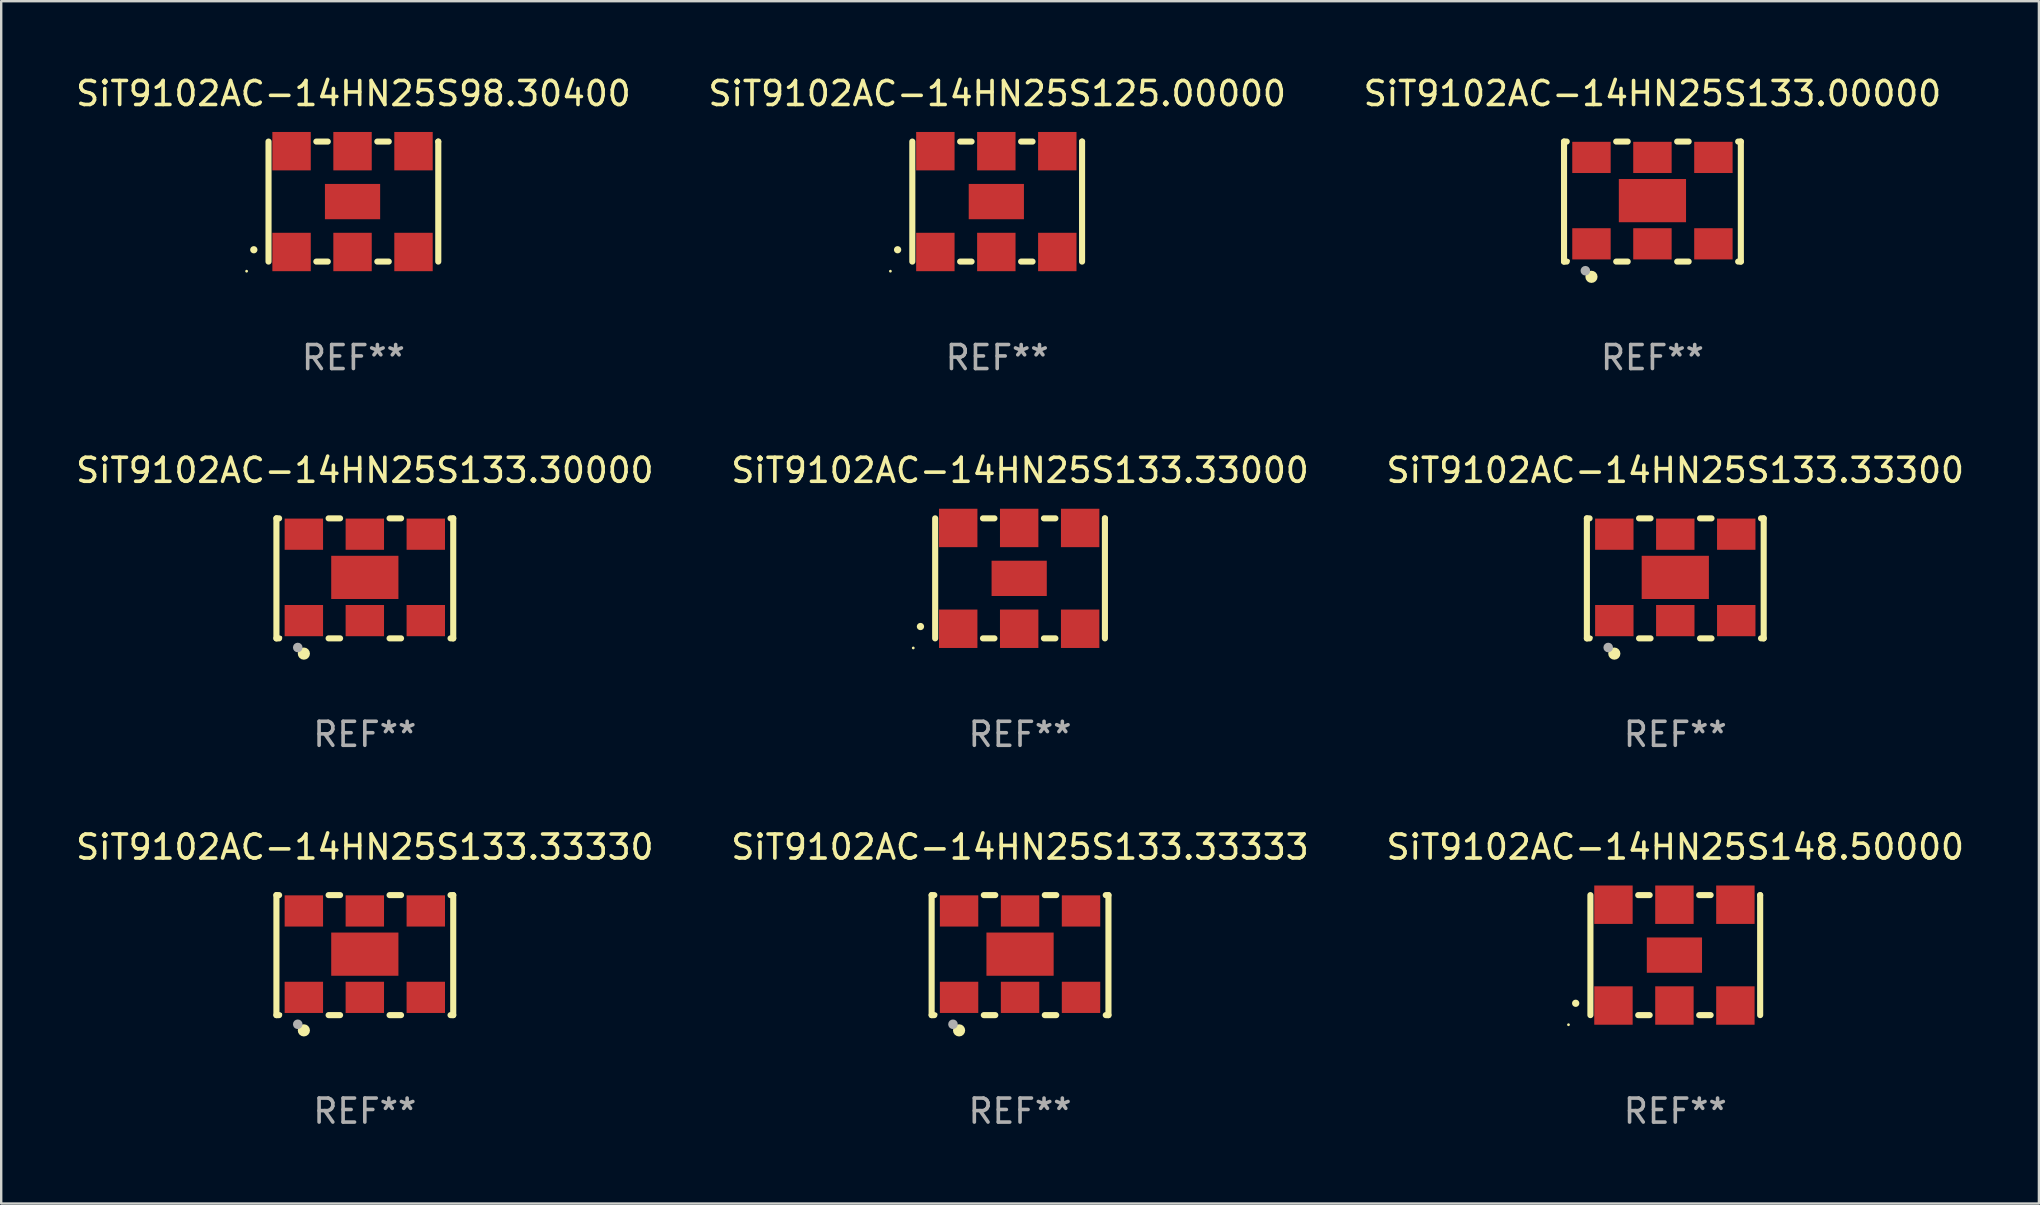
<source format=kicad_pcb>
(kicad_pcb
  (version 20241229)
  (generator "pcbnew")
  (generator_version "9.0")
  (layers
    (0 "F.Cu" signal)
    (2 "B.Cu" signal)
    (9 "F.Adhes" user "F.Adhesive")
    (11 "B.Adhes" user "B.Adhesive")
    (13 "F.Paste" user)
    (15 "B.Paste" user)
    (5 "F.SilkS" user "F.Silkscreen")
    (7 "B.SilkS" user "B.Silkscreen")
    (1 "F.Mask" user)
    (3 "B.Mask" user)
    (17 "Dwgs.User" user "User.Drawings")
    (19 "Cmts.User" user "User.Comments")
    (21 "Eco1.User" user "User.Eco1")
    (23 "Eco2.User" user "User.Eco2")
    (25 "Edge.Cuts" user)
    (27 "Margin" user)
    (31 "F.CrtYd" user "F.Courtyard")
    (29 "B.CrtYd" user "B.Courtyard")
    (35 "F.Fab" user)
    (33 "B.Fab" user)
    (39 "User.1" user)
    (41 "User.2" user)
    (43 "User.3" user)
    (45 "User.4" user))
  (footprint "SiT9102AC-14HN25S133.33330"
    (layer "F.Cu")
    (at 12.149 36.741)
    (property "Reference" "SiT9102AC-14HN25S133.33330" (at 0 -4.5 0) (layer "F.SilkS") (effects (font (size 1 1) (thickness 0.15))))
    (attr through_hole)
    (fp_line (start -3.683 -2.5) (end -3.571 -2.5) (stroke (width 0.254) (type solid)) (layer "F.SilkS"))
    (fp_line (start -3.683 2.5) (end -3.683 -2.5) (stroke (width 0.254) (type solid)) (layer "F.SilkS"))
    (fp_line (start -3.683 2.5) (end -3.571 2.5) (stroke (width 0.254) (type solid)) (layer "F.SilkS"))
    (fp_line (start -1.509 -2.5) (end -1.031 -2.5) (stroke (width 0.254) (type solid)) (layer "F.SilkS"))
    (fp_line (start -1.509 2.5) (end -1.031 2.5) (stroke (width 0.254) (type solid)) (layer "F.SilkS"))
    (fp_line (start 1.031 -2.5) (end 1.509 -2.5) (stroke (width 0.254) (type solid)) (layer "F.SilkS"))
    (fp_line (start 1.031 2.5) (end 1.509 2.5) (stroke (width 0.254) (type solid)) (layer "F.SilkS"))
    (fp_line (start 3.571 -2.5) (end 3.683 -2.5) (stroke (width 0.254) (type solid)) (layer "F.SilkS"))
    (fp_line (start 3.571 2.5) (end 3.683 2.5) (stroke (width 0.254) (type solid)) (layer "F.SilkS"))
    (fp_line (start 3.683 2.5) (end 3.683 -2.5) (stroke (width 0.254) (type solid)) (layer "F.SilkS"))
    (fp_circle (center -3.5 2.46) (end -3.47 2.46) (stroke (width 0.06) (type solid)) (fill no) (layer "F.SilkS"))
    (fp_circle (center -2.54 3.135) (end -2.413 3.135) (stroke (width 0.254) (type solid)) (fill no) (layer "F.SilkS"))
    (fp_circle (center -2.794 2.881) (end -2.694 2.881) (stroke (width 0.2) (type solid)) (fill no) (layer "F.Fab"))
    (fp_text user "REF**" (at 0 6.5 0) (layer "F.Fab") (effects (font (size 1 1) (thickness 0.15))))
    (pad "1" smd rect (at -2.54 1.76) (size 1.6 1.3) (layers "F.Cu" "F.Mask" "F.Paste"))
    (pad "2" smd rect (at 0 1.76) (size 1.6 1.3) (layers "F.Cu" "F.Mask" "F.Paste"))
    (pad "3" smd rect (at 2.54 1.76) (size 1.6 1.3) (layers "F.Cu" "F.Mask" "F.Paste"))
    (pad "4" smd rect (at 2.54 -1.84) (size 1.6 1.3) (layers "F.Cu" "F.Mask" "F.Paste"))
    (pad "5" smd rect (at 0 -1.84) (size 1.6 1.3) (layers "F.Cu" "F.Mask" "F.Paste"))
    (pad "6" smd rect (at -2.54 -1.84) (size 1.6 1.3) (layers "F.Cu" "F.Mask" "F.Paste"))
    (pad "7" smd rect (at 0 -0.04) (size 2.8 1.8) (layers "F.Cu" "F.Mask" "F.Paste")))
  (footprint "SiT9102AC-14HN25S133.30000"
    (layer "F.Cu")
    (at 12.149 21.045)
    (property "Reference" "SiT9102AC-14HN25S133.30000" (at 0 -4.5 0) (layer "F.SilkS") (effects (font (size 1 1) (thickness 0.15))))
    (attr through_hole)
    (fp_line (start -3.683 -2.5) (end -3.571 -2.5) (stroke (width 0.254) (type solid)) (layer "F.SilkS"))
    (fp_line (start -3.683 2.5) (end -3.683 -2.5) (stroke (width 0.254) (type solid)) (layer "F.SilkS"))
    (fp_line (start -3.683 2.5) (end -3.571 2.5) (stroke (width 0.254) (type solid)) (layer "F.SilkS"))
    (fp_line (start -1.509 -2.5) (end -1.031 -2.5) (stroke (width 0.254) (type solid)) (layer "F.SilkS"))
    (fp_line (start -1.509 2.5) (end -1.031 2.5) (stroke (width 0.254) (type solid)) (layer "F.SilkS"))
    (fp_line (start 1.031 -2.5) (end 1.509 -2.5) (stroke (width 0.254) (type solid)) (layer "F.SilkS"))
    (fp_line (start 1.031 2.5) (end 1.509 2.5) (stroke (width 0.254) (type solid)) (layer "F.SilkS"))
    (fp_line (start 3.571 -2.5) (end 3.683 -2.5) (stroke (width 0.254) (type solid)) (layer "F.SilkS"))
    (fp_line (start 3.571 2.5) (end 3.683 2.5) (stroke (width 0.254) (type solid)) (layer "F.SilkS"))
    (fp_line (start 3.683 2.5) (end 3.683 -2.5) (stroke (width 0.254) (type solid)) (layer "F.SilkS"))
    (fp_circle (center -3.5 2.46) (end -3.47 2.46) (stroke (width 0.06) (type solid)) (fill no) (layer "F.SilkS"))
    (fp_circle (center -2.54 3.135) (end -2.413 3.135) (stroke (width 0.254) (type solid)) (fill no) (layer "F.SilkS"))
    (fp_circle (center -2.794 2.881) (end -2.694 2.881) (stroke (width 0.2) (type solid)) (fill no) (layer "F.Fab"))
    (fp_text user "REF**" (at 0 6.5 0) (layer "F.Fab") (effects (font (size 1 1) (thickness 0.15))))
    (pad "1" smd rect (at -2.54 1.76) (size 1.6 1.3) (layers "F.Cu" "F.Mask" "F.Paste"))
    (pad "2" smd rect (at 0 1.76) (size 1.6 1.3) (layers "F.Cu" "F.Mask" "F.Paste"))
    (pad "3" smd rect (at 2.54 1.76) (size 1.6 1.3) (layers "F.Cu" "F.Mask" "F.Paste"))
    (pad "4" smd rect (at 2.54 -1.84) (size 1.6 1.3) (layers "F.Cu" "F.Mask" "F.Paste"))
    (pad "5" smd rect (at 0 -1.84) (size 1.6 1.3) (layers "F.Cu" "F.Mask" "F.Paste"))
    (pad "6" smd rect (at -2.54 -1.84) (size 1.6 1.3) (layers "F.Cu" "F.Mask" "F.Paste"))
    (pad "7" smd rect (at 0 -0.04) (size 2.8 1.8) (layers "F.Cu" "F.Mask" "F.Paste")))
  (footprint "SiT9102AC-14HN25S133.00000"
    (layer "F.Cu")
    (at 65.792 5.348)
    (property "Reference" "SiT9102AC-14HN25S133.00000" (at 0 -4.5 0) (layer "F.SilkS") (effects (font (size 1 1) (thickness 0.15))))
    (attr through_hole)
    (fp_line (start -3.683 -2.5) (end -3.571 -2.5) (stroke (width 0.254) (type solid)) (layer "F.SilkS"))
    (fp_line (start -3.683 2.5) (end -3.683 -2.5) (stroke (width 0.254) (type solid)) (layer "F.SilkS"))
    (fp_line (start -3.683 2.5) (end -3.571 2.5) (stroke (width 0.254) (type solid)) (layer "F.SilkS"))
    (fp_line (start -1.509 -2.5) (end -1.031 -2.5) (stroke (width 0.254) (type solid)) (layer "F.SilkS"))
    (fp_line (start -1.509 2.5) (end -1.031 2.5) (stroke (width 0.254) (type solid)) (layer "F.SilkS"))
    (fp_line (start 1.031 -2.5) (end 1.509 -2.5) (stroke (width 0.254) (type solid)) (layer "F.SilkS"))
    (fp_line (start 1.031 2.5) (end 1.509 2.5) (stroke (width 0.254) (type solid)) (layer "F.SilkS"))
    (fp_line (start 3.571 -2.5) (end 3.683 -2.5) (stroke (width 0.254) (type solid)) (layer "F.SilkS"))
    (fp_line (start 3.571 2.5) (end 3.683 2.5) (stroke (width 0.254) (type solid)) (layer "F.SilkS"))
    (fp_line (start 3.683 2.5) (end 3.683 -2.5) (stroke (width 0.254) (type solid)) (layer "F.SilkS"))
    (fp_circle (center -3.5 2.46) (end -3.47 2.46) (stroke (width 0.06) (type solid)) (fill no) (layer "F.SilkS"))
    (fp_circle (center -2.54 3.135) (end -2.413 3.135) (stroke (width 0.254) (type solid)) (fill no) (layer "F.SilkS"))
    (fp_circle (center -2.794 2.881) (end -2.694 2.881) (stroke (width 0.2) (type solid)) (fill no) (layer "F.Fab"))
    (fp_text user "REF**" (at 0 6.5 0) (layer "F.Fab") (effects (font (size 1 1) (thickness 0.15))))
    (pad "1" smd rect (at -2.54 1.76) (size 1.6 1.3) (layers "F.Cu" "F.Mask" "F.Paste"))
    (pad "2" smd rect (at 0 1.76) (size 1.6 1.3) (layers "F.Cu" "F.Mask" "F.Paste"))
    (pad "3" smd rect (at 2.54 1.76) (size 1.6 1.3) (layers "F.Cu" "F.Mask" "F.Paste"))
    (pad "4" smd rect (at 2.54 -1.84) (size 1.6 1.3) (layers "F.Cu" "F.Mask" "F.Paste"))
    (pad "5" smd rect (at 0 -1.84) (size 1.6 1.3) (layers "F.Cu" "F.Mask" "F.Paste"))
    (pad "6" smd rect (at -2.54 -1.84) (size 1.6 1.3) (layers "F.Cu" "F.Mask" "F.Paste"))
    (pad "7" smd rect (at 0 -0.04) (size 2.8 1.8) (layers "F.Cu" "F.Mask" "F.Paste")))
  (footprint "SiT9102AC-14HN25S133.33000"
    (layer "F.Cu")
    (at 39.446 21.045)
    (property "Reference" "SiT9102AC-14HN25S133.33000" (at 0 -4.5 0) (layer "F.SilkS") (effects (font (size 1 1) (thickness 0.15))))
    (attr through_hole)
    (fp_line (start -3.536 -2.5) (end -3.536 2.5) (stroke (width 0.254) (type solid)) (layer "F.SilkS"))
    (fp_line (start -1.544 2.5) (end -1.067 2.5) (stroke (width 0.254) (type solid)) (layer "F.SilkS"))
    (fp_line (start -1.067 -2.5) (end -1.544 -2.5) (stroke (width 0.254) (type solid)) (layer "F.SilkS"))
    (fp_line (start 0.996 2.5) (end 1.473 2.5) (stroke (width 0.254) (type solid)) (layer "F.SilkS"))
    (fp_line (start 1.473 -2.5) (end 0.996 -2.5) (stroke (width 0.254) (type solid)) (layer "F.SilkS"))
    (fp_line (start 3.536 -2.5) (end 3.536 -2.5) (stroke (width 0.254) (type solid)) (layer "F.SilkS"))
    (fp_line (start 3.536 2.5) (end 3.536 -2.5) (stroke (width 0.254) (type solid)) (layer "F.SilkS"))
    (fp_arc (start -4.150432 2.006604) (mid -4.149162 2.006599) (end -4.147892 2.006604) (stroke (width 0.3) (type solid)) (layer "F.SilkS"))
    (fp_circle (center -4.449 2.9) (end -4.419 2.9) (stroke (width 0.06) (type solid)) (fill no) (layer "F.SilkS"))
    (fp_text user "REF**" (at 0 6.5 0) (layer "F.Fab") (effects (font (size 1 1) (thickness 0.15))))
    (pad "1" smd rect (at -2.576 2.1) (size 1.6 1.6) (layers "F.Cu" "F.Mask" "F.Paste"))
    (pad "2" smd rect (at -0.036 2.1) (size 1.6 1.6) (layers "F.Cu" "F.Mask" "F.Paste"))
    (pad "3" smd rect (at 2.504 2.1) (size 1.6 1.6) (layers "F.Cu" "F.Mask" "F.Paste"))
    (pad "4" smd rect (at 2.504 -2.1) (size 1.6 1.6) (layers "F.Cu" "F.Mask" "F.Paste"))
    (pad "5" smd rect (at -0.036 -2.1) (size 1.6 1.6) (layers "F.Cu" "F.Mask" "F.Paste"))
    (pad "6" smd rect (at -2.576 -2.1) (size 1.6 1.6) (layers "F.Cu" "F.Mask" "F.Paste"))
    (pad "7" smd rect (at -0.036 0) (size 2.3 1.47) (layers "F.Cu" "F.Mask" "F.Paste")))
  (footprint "SiT9102AC-14HN25S98.30400"
    (layer "F.Cu")
    (at 11.673 5.348)
    (property "Reference" "SiT9102AC-14HN25S98.30400" (at 0 -4.5 0) (layer "F.SilkS") (effects (font (size 1 1) (thickness 0.15))))
    (attr through_hole)
    (fp_line (start -3.536 -2.5) (end -3.536 2.5) (stroke (width 0.254) (type solid)) (layer "F.SilkS"))
    (fp_line (start -1.544 2.5) (end -1.067 2.5) (stroke (width 0.254) (type solid)) (layer "F.SilkS"))
    (fp_line (start -1.067 -2.5) (end -1.544 -2.5) (stroke (width 0.254) (type solid)) (layer "F.SilkS"))
    (fp_line (start 0.996 2.5) (end 1.473 2.5) (stroke (width 0.254) (type solid)) (layer "F.SilkS"))
    (fp_line (start 1.473 -2.5) (end 0.996 -2.5) (stroke (width 0.254) (type solid)) (layer "F.SilkS"))
    (fp_line (start 3.536 -2.5) (end 3.536 -2.5) (stroke (width 0.254) (type solid)) (layer "F.SilkS"))
    (fp_line (start 3.536 2.5) (end 3.536 -2.5) (stroke (width 0.254) (type solid)) (layer "F.SilkS"))
    (fp_arc (start -4.150432 2.006604) (mid -4.149162 2.006599) (end -4.147892 2.006604) (stroke (width 0.3) (type solid)) (layer "F.SilkS"))
    (fp_circle (center -4.449 2.9) (end -4.419 2.9) (stroke (width 0.06) (type solid)) (fill no) (layer "F.SilkS"))
    (fp_text user "REF**" (at 0 6.5 0) (layer "F.Fab") (effects (font (size 1 1) (thickness 0.15))))
    (pad "1" smd rect (at -2.576 2.1) (size 1.6 1.6) (layers "F.Cu" "F.Mask" "F.Paste"))
    (pad "2" smd rect (at -0.036 2.1) (size 1.6 1.6) (layers "F.Cu" "F.Mask" "F.Paste"))
    (pad "3" smd rect (at 2.504 2.1) (size 1.6 1.6) (layers "F.Cu" "F.Mask" "F.Paste"))
    (pad "4" smd rect (at 2.504 -2.1) (size 1.6 1.6) (layers "F.Cu" "F.Mask" "F.Paste"))
    (pad "5" smd rect (at -0.036 -2.1) (size 1.6 1.6) (layers "F.Cu" "F.Mask" "F.Paste"))
    (pad "6" smd rect (at -2.576 -2.1) (size 1.6 1.6) (layers "F.Cu" "F.Mask" "F.Paste"))
    (pad "7" smd rect (at -0.036 0) (size 2.3 1.47) (layers "F.Cu" "F.Mask" "F.Paste")))
  (footprint "SiT9102AC-14HN25S133.33333"
    (layer "F.Cu")
    (at 39.446 36.741)
    (property "Reference" "SiT9102AC-14HN25S133.33333" (at 0 -4.5 0) (layer "F.SilkS") (effects (font (size 1 1) (thickness 0.15))))
    (attr through_hole)
    (fp_line (start -3.683 -2.5) (end -3.571 -2.5) (stroke (width 0.254) (type solid)) (layer "F.SilkS"))
    (fp_line (start -3.683 2.5) (end -3.683 -2.5) (stroke (width 0.254) (type solid)) (layer "F.SilkS"))
    (fp_line (start -3.683 2.5) (end -3.571 2.5) (stroke (width 0.254) (type solid)) (layer "F.SilkS"))
    (fp_line (start -1.509 -2.5) (end -1.031 -2.5) (stroke (width 0.254) (type solid)) (layer "F.SilkS"))
    (fp_line (start -1.509 2.5) (end -1.031 2.5) (stroke (width 0.254) (type solid)) (layer "F.SilkS"))
    (fp_line (start 1.031 -2.5) (end 1.509 -2.5) (stroke (width 0.254) (type solid)) (layer "F.SilkS"))
    (fp_line (start 1.031 2.5) (end 1.509 2.5) (stroke (width 0.254) (type solid)) (layer "F.SilkS"))
    (fp_line (start 3.571 -2.5) (end 3.683 -2.5) (stroke (width 0.254) (type solid)) (layer "F.SilkS"))
    (fp_line (start 3.571 2.5) (end 3.683 2.5) (stroke (width 0.254) (type solid)) (layer "F.SilkS"))
    (fp_line (start 3.683 2.5) (end 3.683 -2.5) (stroke (width 0.254) (type solid)) (layer "F.SilkS"))
    (fp_circle (center -3.5 2.46) (end -3.47 2.46) (stroke (width 0.06) (type solid)) (fill no) (layer "F.SilkS"))
    (fp_circle (center -2.54 3.135) (end -2.413 3.135) (stroke (width 0.254) (type solid)) (fill no) (layer "F.SilkS"))
    (fp_circle (center -2.794 2.881) (end -2.694 2.881) (stroke (width 0.2) (type solid)) (fill no) (layer "F.Fab"))
    (fp_text user "REF**" (at 0 6.5 0) (layer "F.Fab") (effects (font (size 1 1) (thickness 0.15))))
    (pad "1" smd rect (at -2.54 1.76) (size 1.6 1.3) (layers "F.Cu" "F.Mask" "F.Paste"))
    (pad "2" smd rect (at 0 1.76) (size 1.6 1.3) (layers "F.Cu" "F.Mask" "F.Paste"))
    (pad "3" smd rect (at 2.54 1.76) (size 1.6 1.3) (layers "F.Cu" "F.Mask" "F.Paste"))
    (pad "4" smd rect (at 2.54 -1.84) (size 1.6 1.3) (layers "F.Cu" "F.Mask" "F.Paste"))
    (pad "5" smd rect (at 0 -1.84) (size 1.6 1.3) (layers "F.Cu" "F.Mask" "F.Paste"))
    (pad "6" smd rect (at -2.54 -1.84) (size 1.6 1.3) (layers "F.Cu" "F.Mask" "F.Paste"))
    (pad "7" smd rect (at 0 -0.04) (size 2.8 1.8) (layers "F.Cu" "F.Mask" "F.Paste")))
  (footprint "SiT9102AC-14HN25S125.00000"
    (layer "F.Cu")
    (at 38.494 5.348)
    (property "Reference" "SiT9102AC-14HN25S125.00000" (at 0 -4.5 0) (layer "F.SilkS") (effects (font (size 1 1) (thickness 0.15))))
    (attr through_hole)
    (fp_line (start -3.536 -2.5) (end -3.536 2.5) (stroke (width 0.254) (type solid)) (layer "F.SilkS"))
    (fp_line (start -1.544 2.5) (end -1.067 2.5) (stroke (width 0.254) (type solid)) (layer "F.SilkS"))
    (fp_line (start -1.067 -2.5) (end -1.544 -2.5) (stroke (width 0.254) (type solid)) (layer "F.SilkS"))
    (fp_line (start 0.996 2.5) (end 1.473 2.5) (stroke (width 0.254) (type solid)) (layer "F.SilkS"))
    (fp_line (start 1.473 -2.5) (end 0.996 -2.5) (stroke (width 0.254) (type solid)) (layer "F.SilkS"))
    (fp_line (start 3.536 -2.5) (end 3.536 -2.5) (stroke (width 0.254) (type solid)) (layer "F.SilkS"))
    (fp_line (start 3.536 2.5) (end 3.536 -2.5) (stroke (width 0.254) (type solid)) (layer "F.SilkS"))
    (fp_arc (start -4.150432 2.006604) (mid -4.149162 2.006599) (end -4.147892 2.006604) (stroke (width 0.3) (type solid)) (layer "F.SilkS"))
    (fp_circle (center -4.449 2.9) (end -4.419 2.9) (stroke (width 0.06) (type solid)) (fill no) (layer "F.SilkS"))
    (fp_text user "REF**" (at 0 6.5 0) (layer "F.Fab") (effects (font (size 1 1) (thickness 0.15))))
    (pad "1" smd rect (at -2.576 2.1) (size 1.6 1.6) (layers "F.Cu" "F.Mask" "F.Paste"))
    (pad "2" smd rect (at -0.036 2.1) (size 1.6 1.6) (layers "F.Cu" "F.Mask" "F.Paste"))
    (pad "3" smd rect (at 2.504 2.1) (size 1.6 1.6) (layers "F.Cu" "F.Mask" "F.Paste"))
    (pad "4" smd rect (at 2.504 -2.1) (size 1.6 1.6) (layers "F.Cu" "F.Mask" "F.Paste"))
    (pad "5" smd rect (at -0.036 -2.1) (size 1.6 1.6) (layers "F.Cu" "F.Mask" "F.Paste"))
    (pad "6" smd rect (at -2.576 -2.1) (size 1.6 1.6) (layers "F.Cu" "F.Mask" "F.Paste"))
    (pad "7" smd rect (at -0.036 0) (size 2.3 1.47) (layers "F.Cu" "F.Mask" "F.Paste")))
  (footprint "SiT9102AC-14HN25S133.33300"
    (layer "F.Cu")
    (at 66.744 21.045)
    (property "Reference" "SiT9102AC-14HN25S133.33300" (at 0 -4.5 0) (layer "F.SilkS") (effects (font (size 1 1) (thickness 0.15))))
    (attr through_hole)
    (fp_line (start -3.683 -2.5) (end -3.571 -2.5) (stroke (width 0.254) (type solid)) (layer "F.SilkS"))
    (fp_line (start -3.683 2.5) (end -3.683 -2.5) (stroke (width 0.254) (type solid)) (layer "F.SilkS"))
    (fp_line (start -3.683 2.5) (end -3.571 2.5) (stroke (width 0.254) (type solid)) (layer "F.SilkS"))
    (fp_line (start -1.509 -2.5) (end -1.031 -2.5) (stroke (width 0.254) (type solid)) (layer "F.SilkS"))
    (fp_line (start -1.509 2.5) (end -1.031 2.5) (stroke (width 0.254) (type solid)) (layer "F.SilkS"))
    (fp_line (start 1.031 -2.5) (end 1.509 -2.5) (stroke (width 0.254) (type solid)) (layer "F.SilkS"))
    (fp_line (start 1.031 2.5) (end 1.509 2.5) (stroke (width 0.254) (type solid)) (layer "F.SilkS"))
    (fp_line (start 3.571 -2.5) (end 3.683 -2.5) (stroke (width 0.254) (type solid)) (layer "F.SilkS"))
    (fp_line (start 3.571 2.5) (end 3.683 2.5) (stroke (width 0.254) (type solid)) (layer "F.SilkS"))
    (fp_line (start 3.683 2.5) (end 3.683 -2.5) (stroke (width 0.254) (type solid)) (layer "F.SilkS"))
    (fp_circle (center -3.5 2.46) (end -3.47 2.46) (stroke (width 0.06) (type solid)) (fill no) (layer "F.SilkS"))
    (fp_circle (center -2.54 3.135) (end -2.413 3.135) (stroke (width 0.254) (type solid)) (fill no) (layer "F.SilkS"))
    (fp_circle (center -2.794 2.881) (end -2.694 2.881) (stroke (width 0.2) (type solid)) (fill no) (layer "F.Fab"))
    (fp_text user "REF**" (at 0 6.5 0) (layer "F.Fab") (effects (font (size 1 1) (thickness 0.15))))
    (pad "1" smd rect (at -2.54 1.76) (size 1.6 1.3) (layers "F.Cu" "F.Mask" "F.Paste"))
    (pad "2" smd rect (at 0 1.76) (size 1.6 1.3) (layers "F.Cu" "F.Mask" "F.Paste"))
    (pad "3" smd rect (at 2.54 1.76) (size 1.6 1.3) (layers "F.Cu" "F.Mask" "F.Paste"))
    (pad "4" smd rect (at 2.54 -1.84) (size 1.6 1.3) (layers "F.Cu" "F.Mask" "F.Paste"))
    (pad "5" smd rect (at 0 -1.84) (size 1.6 1.3) (layers "F.Cu" "F.Mask" "F.Paste"))
    (pad "6" smd rect (at -2.54 -1.84) (size 1.6 1.3) (layers "F.Cu" "F.Mask" "F.Paste"))
    (pad "7" smd rect (at 0 -0.04) (size 2.8 1.8) (layers "F.Cu" "F.Mask" "F.Paste")))
  (footprint "SiT9102AC-14HN25S148.50000"
    (layer "F.Cu")
    (at 66.744 36.741)
    (property "Reference" "SiT9102AC-14HN25S148.50000" (at 0 -4.5 0) (layer "F.SilkS") (effects (font (size 1 1) (thickness 0.15))))
    (attr through_hole)
    (fp_line (start -3.536 -2.5) (end -3.536 2.5) (stroke (width 0.254) (type solid)) (layer "F.SilkS"))
    (fp_line (start -1.544 2.5) (end -1.067 2.5) (stroke (width 0.254) (type solid)) (layer "F.SilkS"))
    (fp_line (start -1.067 -2.5) (end -1.544 -2.5) (stroke (width 0.254) (type solid)) (layer "F.SilkS"))
    (fp_line (start 0.996 2.5) (end 1.473 2.5) (stroke (width 0.254) (type solid)) (layer "F.SilkS"))
    (fp_line (start 1.473 -2.5) (end 0.996 -2.5) (stroke (width 0.254) (type solid)) (layer "F.SilkS"))
    (fp_line (start 3.536 -2.5) (end 3.536 -2.5) (stroke (width 0.254) (type solid)) (layer "F.SilkS"))
    (fp_line (start 3.536 2.5) (end 3.536 -2.5) (stroke (width 0.254) (type solid)) (layer "F.SilkS"))
    (fp_arc (start -4.150432 2.006604) (mid -4.149162 2.006599) (end -4.147892 2.006604) (stroke (width 0.3) (type solid)) (layer "F.SilkS"))
    (fp_circle (center -4.449 2.9) (end -4.419 2.9) (stroke (width 0.06) (type solid)) (fill no) (layer "F.SilkS"))
    (fp_text user "REF**" (at 0 6.5 0) (layer "F.Fab") (effects (font (size 1 1) (thickness 0.15))))
    (pad "1" smd rect (at -2.576 2.1) (size 1.6 1.6) (layers "F.Cu" "F.Mask" "F.Paste"))
    (pad "2" smd rect (at -0.036 2.1) (size 1.6 1.6) (layers "F.Cu" "F.Mask" "F.Paste"))
    (pad "3" smd rect (at 2.504 2.1) (size 1.6 1.6) (layers "F.Cu" "F.Mask" "F.Paste"))
    (pad "4" smd rect (at 2.504 -2.1) (size 1.6 1.6) (layers "F.Cu" "F.Mask" "F.Paste"))
    (pad "5" smd rect (at -0.036 -2.1) (size 1.6 1.6) (layers "F.Cu" "F.Mask" "F.Paste"))
    (pad "6" smd rect (at -2.576 -2.1) (size 1.6 1.6) (layers "F.Cu" "F.Mask" "F.Paste"))
    (pad "7" smd rect (at -0.036 0) (size 2.3 1.47) (layers "F.Cu" "F.Mask" "F.Paste")))
  (gr_rect
    (start -3 -3)
    (end 81.893 47.09)
    (stroke (width 0.1) (type default))
    (fill no)
    (layer "Edge.Cuts")))
</source>
